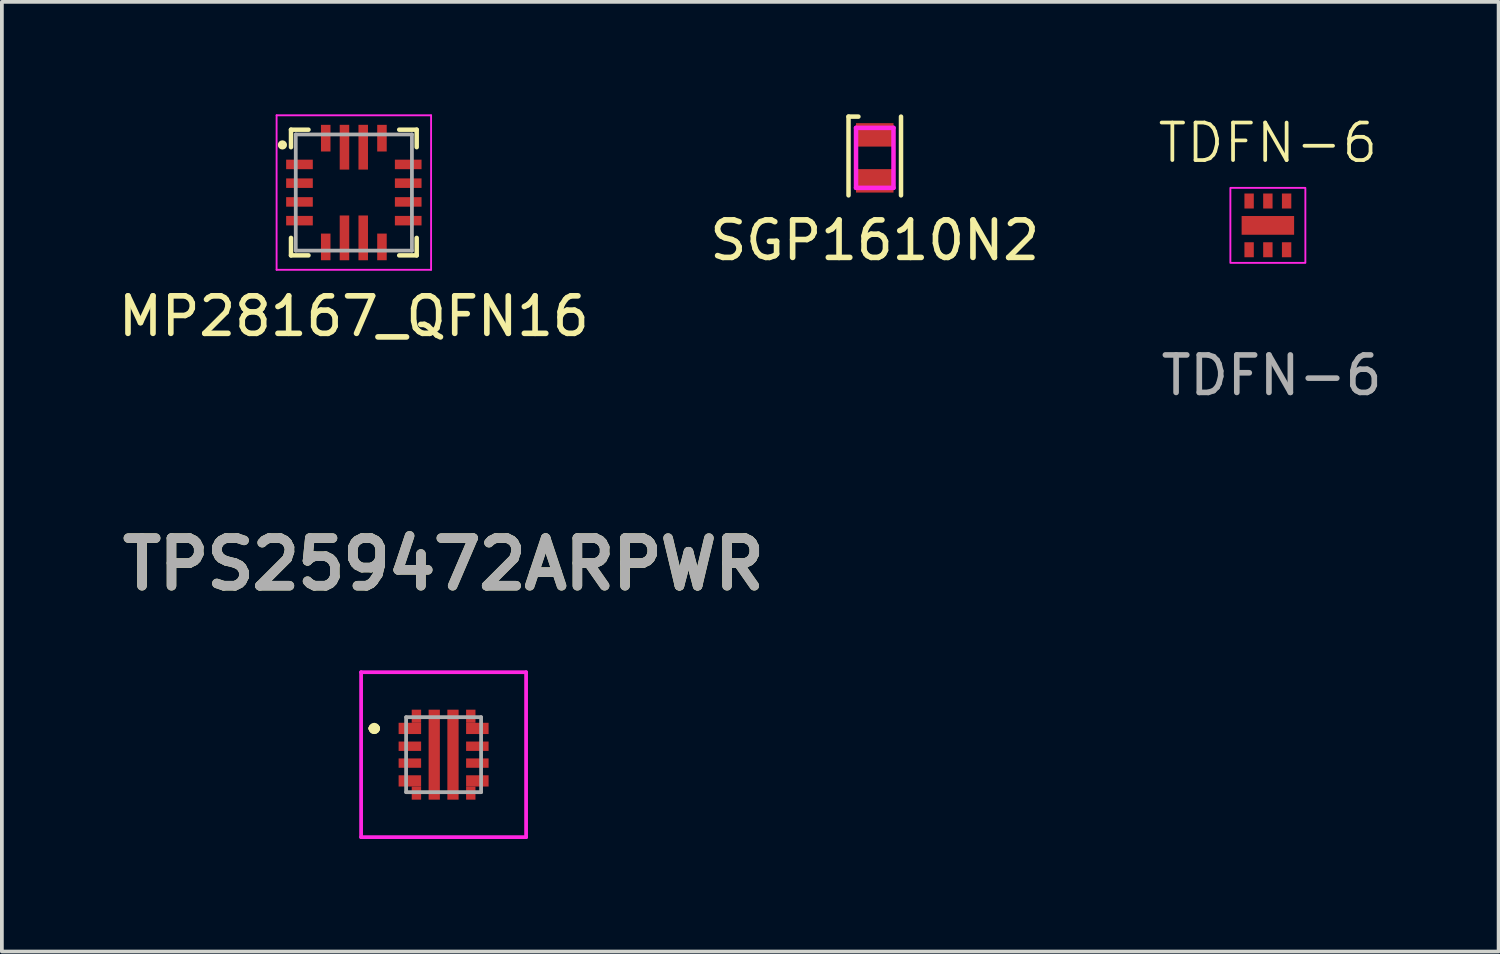
<source format=kicad_pcb>
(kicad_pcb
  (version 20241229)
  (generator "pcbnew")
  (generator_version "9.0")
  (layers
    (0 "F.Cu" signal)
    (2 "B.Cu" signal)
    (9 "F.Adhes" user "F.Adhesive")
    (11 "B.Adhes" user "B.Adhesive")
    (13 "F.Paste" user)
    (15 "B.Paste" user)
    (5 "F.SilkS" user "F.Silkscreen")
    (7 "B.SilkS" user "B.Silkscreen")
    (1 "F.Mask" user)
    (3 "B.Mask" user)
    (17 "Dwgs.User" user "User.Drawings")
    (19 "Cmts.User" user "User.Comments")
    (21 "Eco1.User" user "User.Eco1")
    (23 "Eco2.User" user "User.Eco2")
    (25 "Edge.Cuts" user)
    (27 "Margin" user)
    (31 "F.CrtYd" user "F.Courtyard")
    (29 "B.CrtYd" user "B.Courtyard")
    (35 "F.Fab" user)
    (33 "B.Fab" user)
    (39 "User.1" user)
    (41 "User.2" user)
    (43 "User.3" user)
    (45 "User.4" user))
  (footprint "TPS259472ARPWR"
    (layer "F.Cu")
    (at 8.781 17.077)
    (property "Reference" "TPS259472ARPWR" (at 0 -5.08 0) (layer "F.SilkS") (effects (font (size 1.27 1.27) (thickness 0.254))))
    (attr smd)
    (fp_line (start -1.9 -0.7) (end -1.9 -0.7) (stroke (width 0.2) (type solid)) (layer "F.SilkS"))
    (fp_line (start -1.9 -0.7) (end -1.9 -0.7) (stroke (width 0.2) (type solid)) (layer "F.SilkS"))
    (fp_line (start -1.8 -0.7) (end -1.8 -0.7) (stroke (width 0.2) (type solid)) (layer "F.SilkS"))
    (fp_arc (start -1.9 -0.7) (mid -1.85 -0.75) (end -1.8 -0.7) (stroke (width 0.2) (type solid)) (layer "F.SilkS"))
    (fp_arc (start -1.8 -0.7) (mid -1.85 -0.65) (end -1.9 -0.7) (stroke (width 0.2) (type solid)) (layer "F.SilkS"))
    (fp_arc (start -1.8 -0.7) (mid -1.85 -0.65) (end -1.9 -0.7) (stroke (width 0.2) (type solid)) (layer "F.SilkS"))
    (fp_line (start -2.2 -2.2) (end 2.2 -2.2) (stroke (width 0.1) (type solid)) (layer "F.CrtYd"))
    (fp_line (start -2.2 2.2) (end -2.2 -2.2) (stroke (width 0.1) (type solid)) (layer "F.CrtYd"))
    (fp_line (start 2.2 -2.2) (end 2.2 2.2) (stroke (width 0.1) (type solid)) (layer "F.CrtYd"))
    (fp_line (start 2.2 2.2) (end -2.2 2.2) (stroke (width 0.1) (type solid)) (layer "F.CrtYd"))
    (fp_line (start -1 -1) (end -1 1) (stroke (width 0.1) (type solid)) (layer "F.Fab"))
    (fp_line (start -1 1) (end 1 1) (stroke (width 0.1) (type solid)) (layer "F.Fab"))
    (fp_line (start 1 -1) (end -1 -1) (stroke (width 0.1) (type solid)) (layer "F.Fab"))
    (fp_line (start 1 1) (end 1 -1) (stroke (width 0.1) (type solid)) (layer "F.Fab"))
    (fp_text user "${REFERENCE}" (at 0 -5.08 0) (layer "F.Fab") (effects (font (size 1.27 1.27) (thickness 0.254))))
    (pad "1" smd rect (at -0.9 -0.7 90) (size 0.3 0.6) (layers "F.Cu" "F.Mask" "F.Paste"))
    (pad "1" smd rect (at -0.725 -1.025) (size 0.25 0.35) (layers "F.Cu" "F.Mask" "F.Paste"))
    (pad "2" smd rect (at -0.9 -0.225 90) (size 0.25 0.6) (layers "F.Cu" "F.Mask" "F.Paste"))
    (pad "3" smd rect (at -0.9 0.225 90) (size 0.25 0.6) (layers "F.Cu" "F.Mask" "F.Paste"))
    (pad "4" smd rect (at -0.9 0.7 90) (size 0.3 0.6) (layers "F.Cu" "F.Mask" "F.Paste"))
    (pad "4" smd rect (at -0.725 1.025) (size 0.25 0.35) (layers "F.Cu" "F.Mask" "F.Paste"))
    (pad "5" smd rect (at -0.25 0) (size 0.3 2.4) (layers "F.Cu" "F.Mask" "F.Paste"))
    (pad "6" smd rect (at 0.25 0) (size 0.3 2.4) (layers "F.Cu" "F.Mask" "F.Paste"))
    (pad "7" smd rect (at 0.725 1.025) (size 0.25 0.35) (layers "F.Cu" "F.Mask" "F.Paste"))
    (pad "7" smd rect (at 0.9 0.7 90) (size 0.3 0.6) (layers "F.Cu" "F.Mask" "F.Paste"))
    (pad "8" smd rect (at 0.9 0.225 90) (size 0.25 0.6) (layers "F.Cu" "F.Mask" "F.Paste"))
    (pad "9" smd rect (at 0.9 -0.225 90) (size 0.25 0.6) (layers "F.Cu" "F.Mask" "F.Paste"))
    (pad "10" smd rect (at 0.725 -1.025) (size 0.25 0.35) (layers "F.Cu" "F.Mask" "F.Paste"))
    (pad "10" smd rect (at 0.9 -0.7 90) (size 0.3 0.6) (layers "F.Cu" "F.Mask" "F.Paste")))
  (footprint "SGP1610N2"
    (layer "F.Cu")
    (at 20.28 1.16)
    (property "Reference" "SGP1610N2" (at 0 2.2 0) (layer "F.SilkS") (effects (font (size 1 1) (thickness 0.15))))
    (attr through_hole)
    (fp_line (start -0.7 -1.1) (end -0.436 -1.1) (stroke (width 0.12) (type solid)) (layer "F.SilkS"))
    (fp_line (start -0.7 1) (end -0.7 -1.1) (stroke (width 0.12) (type solid)) (layer "F.SilkS"))
    (fp_line (start 0.7 -1.1) (end 0.7 1) (stroke (width 0.12) (type solid)) (layer "F.SilkS"))
    (fp_line (start -0.5 -0.8) (end 0.5 -0.8) (stroke (width 0.12) (type solid)) (layer "F.CrtYd"))
    (fp_line (start -0.5 0.8) (end -0.5 -0.8) (stroke (width 0.12) (type solid)) (layer "F.CrtYd"))
    (fp_line (start 0.5 -0.8) (end 0.5 0.8) (stroke (width 0.12) (type solid)) (layer "F.CrtYd"))
    (fp_line (start 0.5 0.8) (end -0.5 0.8) (stroke (width 0.12) (type solid)) (layer "F.CrtYd"))
    (pad "1" smd rect (at 0 -0.613) (size 1 0.625) (layers "F.Cu" "F.Mask" "F.Paste"))
    (pad "2" smd rect (at 0 0.613) (size 1 0.625) (layers "F.Cu" "F.Mask" "F.Paste")))
  (footprint "TDFN-6"
    (layer "F.Cu")
    (at 30.764 2.961)
    (property "Reference" "TDFN-6" (at 0 -2.2 0) (unlocked yes) (layer "F.SilkS") (effects (font (size 1 1) (thickness 0.1))))
    (attr smd)
    (fp_rect (start -1 -1) (end 1 1) (stroke (width 0.05) (type default)) (fill no) (layer "F.CrtYd"))
    (fp_text user "${REFERENCE}" (at 0.1 4 0) (unlocked yes) (layer "F.Fab") (effects (font (size 1 1) (thickness 0.15))))
    (pad "1" smd rect (at 0.5 -0.65) (size 0.25 0.4) (layers "F.Cu" "F.Mask" "F.Paste"))
    (pad "2" smd rect (at 0 -0.65) (size 0.25 0.4) (layers "F.Cu" "F.Mask" "F.Paste"))
    (pad "3" smd rect (at -0.5 -0.65) (size 0.25 0.4) (layers "F.Cu" "F.Mask" "F.Paste"))
    (pad "4" smd rect (at -0.5 0.65) (size 0.25 0.4) (layers "F.Cu" "F.Mask" "F.Paste"))
    (pad "5" smd rect (at 0 0.65) (size 0.25 0.4) (layers "F.Cu" "F.Mask" "F.Paste"))
    (pad "6" smd rect (at 0.5 0.65) (size 0.25 0.4) (layers "F.Cu" "F.Mask" "F.Paste"))
    (pad "7" smd rect (at 0 0) (size 1.4 0.5) (layers "F.Cu" "F.Mask" "F.Paste")))
  (footprint "MP28167_QFN16"
    (layer "F.Cu")
    (at 6.387 2.085)
    (property "Reference" "MP28167_QFN16" (at 0 3.3 0) (layer "F.SilkS") (effects (font (size 1 1) (thickness 0.15))))
    (attr through_hole)
    (fp_line (start -1.676 -1.676) (end -1.676 -1.21) (stroke (width 0.12) (type solid)) (layer "F.SilkS"))
    (fp_line (start -1.676 1.21) (end -1.676 1.676) (stroke (width 0.12) (type solid)) (layer "F.SilkS"))
    (fp_line (start -1.676 1.676) (end -1.21 1.676) (stroke (width 0.12) (type solid)) (layer "F.SilkS"))
    (fp_line (start -1.21 -1.676) (end -1.676 -1.676) (stroke (width 0.12) (type solid)) (layer "F.SilkS"))
    (fp_line (start 1.21 1.676) (end 1.676 1.676) (stroke (width 0.12) (type solid)) (layer "F.SilkS"))
    (fp_line (start 1.676 -1.676) (end 1.21 -1.676) (stroke (width 0.12) (type solid)) (layer "F.SilkS"))
    (fp_line (start 1.676 -1.21) (end 1.676 -1.676) (stroke (width 0.12) (type solid)) (layer "F.SilkS"))
    (fp_line (start 1.676 1.676) (end 1.676 1.21) (stroke (width 0.12) (type solid)) (layer "F.SilkS"))
    (fp_circle (center -1.905 -1.27) (end -1.905 -1.333) (stroke (width 0.12) (type solid)) (fill no) (layer "F.SilkS"))
    (fp_line (start -2.06 -2.06) (end -2.06 2.06) (stroke (width 0.05) (type solid)) (layer "F.CrtYd"))
    (fp_line (start -2.06 2.06) (end 2.06 2.06) (stroke (width 0.05) (type solid)) (layer "F.CrtYd"))
    (fp_line (start 2.06 -2.06) (end -2.06 -2.06) (stroke (width 0.05) (type solid)) (layer "F.CrtYd"))
    (fp_line (start 2.06 2.06) (end 2.06 -2.06) (stroke (width 0.05) (type solid)) (layer "F.CrtYd"))
    (fp_line (start -1.549 -1.549) (end -1.549 1.549) (stroke (width 0.1) (type solid)) (layer "F.Fab"))
    (fp_line (start -1.549 1.549) (end 1.549 1.549) (stroke (width 0.1) (type solid)) (layer "F.Fab"))
    (fp_line (start 1.549 -1.549) (end -1.549 -1.549) (stroke (width 0.1) (type solid)) (layer "F.Fab"))
    (fp_line (start 1.549 1.549) (end 1.549 -1.549) (stroke (width 0.1) (type solid)) (layer "F.Fab"))
    (pad "1" smd rect (at -1.45 -0.75) (size 0.711 0.254) (layers "F.Cu" "F.Mask" "F.Paste"))
    (pad "2" smd rect (at -1.45 -0.25) (size 0.711 0.254) (layers "F.Cu" "F.Mask" "F.Paste"))
    (pad "3" smd rect (at -1.45 0.25) (size 0.711 0.254) (layers "F.Cu" "F.Mask" "F.Paste"))
    (pad "4" smd rect (at -1.45 0.75) (size 0.711 0.254) (layers "F.Cu" "F.Mask" "F.Paste"))
    (pad "5" smd rect (at -0.75 1.45) (size 0.254 0.711) (layers "F.Cu" "F.Mask" "F.Paste"))
    (pad "6" smd rect (at -0.25 1.209) (size 0.254 1.194) (layers "F.Cu" "F.Mask" "F.Paste"))
    (pad "7" smd rect (at 0.25 1.209) (size 0.254 1.194) (layers "F.Cu" "F.Mask" "F.Paste"))
    (pad "8" smd rect (at 0.75 1.45) (size 0.254 0.711) (layers "F.Cu" "F.Mask" "F.Paste"))
    (pad "9" smd rect (at 1.45 0.75) (size 0.711 0.254) (layers "F.Cu" "F.Mask" "F.Paste"))
    (pad "10" smd rect (at 1.45 0.25) (size 0.711 0.254) (layers "F.Cu" "F.Mask" "F.Paste"))
    (pad "11" smd rect (at 1.45 -0.25) (size 0.711 0.254) (layers "F.Cu" "F.Mask" "F.Paste"))
    (pad "12" smd rect (at 1.45 -0.75) (size 0.711 0.254) (layers "F.Cu" "F.Mask" "F.Paste"))
    (pad "13" smd rect (at 0.75 -1.45) (size 0.254 0.711) (layers "F.Cu" "F.Mask" "F.Paste"))
    (pad "14" smd rect (at 0.25 -1.209) (size 0.254 1.194) (layers "F.Cu" "F.Mask" "F.Paste"))
    (pad "15" smd rect (at -0.25 -1.209) (size 0.254 1.194) (layers "F.Cu" "F.Mask" "F.Paste"))
    (pad "16" smd rect (at -0.75 -1.45) (size 0.254 0.711) (layers "F.Cu" "F.Mask" "F.Paste")))
  (gr_rect
    (start -3 -3)
    (end 36.918 22.327)
    (stroke (width 0.1) (type default))
    (fill no)
    (layer "Edge.Cuts")))
</source>
